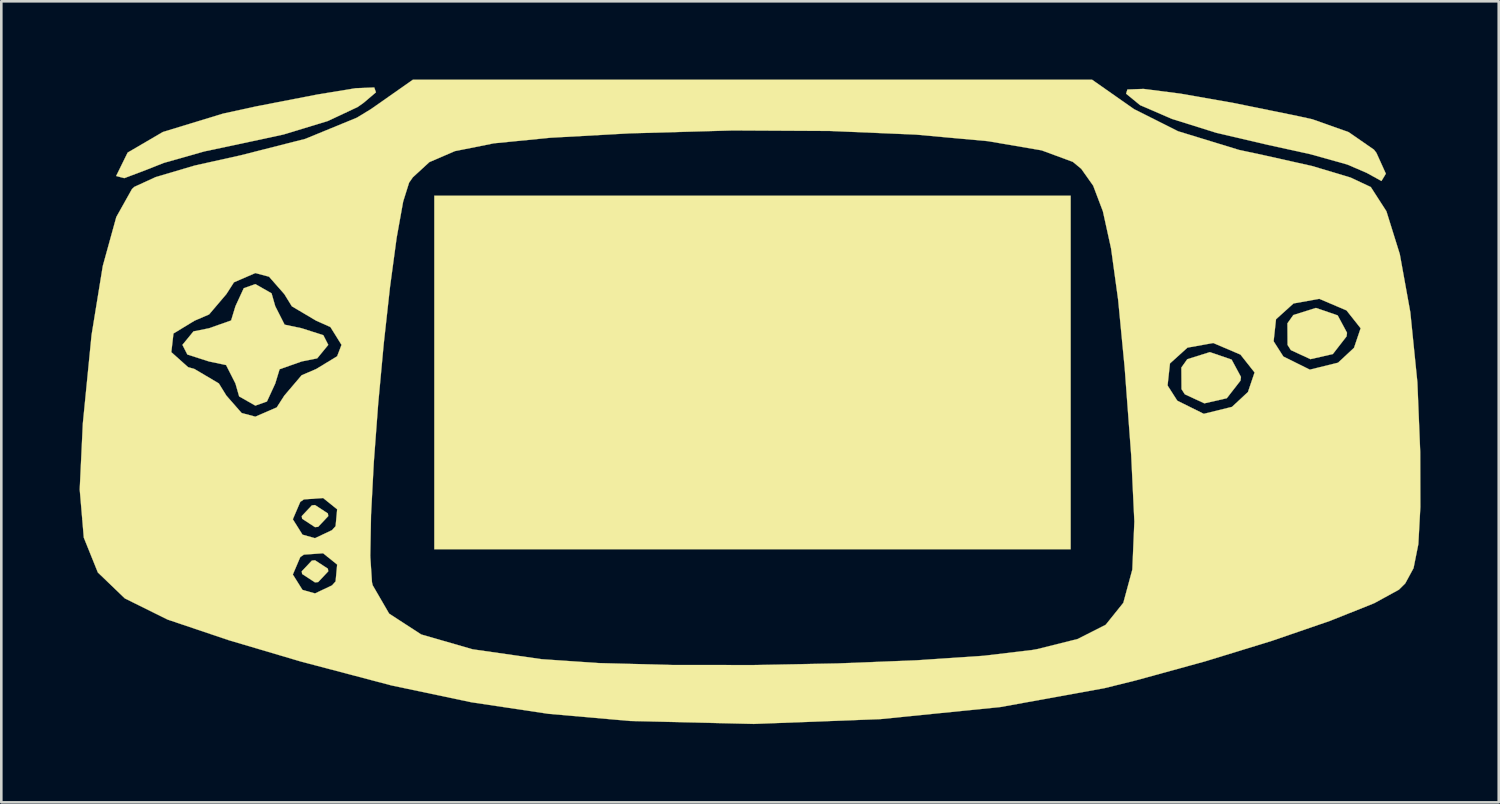
<source format=kicad_pcb>
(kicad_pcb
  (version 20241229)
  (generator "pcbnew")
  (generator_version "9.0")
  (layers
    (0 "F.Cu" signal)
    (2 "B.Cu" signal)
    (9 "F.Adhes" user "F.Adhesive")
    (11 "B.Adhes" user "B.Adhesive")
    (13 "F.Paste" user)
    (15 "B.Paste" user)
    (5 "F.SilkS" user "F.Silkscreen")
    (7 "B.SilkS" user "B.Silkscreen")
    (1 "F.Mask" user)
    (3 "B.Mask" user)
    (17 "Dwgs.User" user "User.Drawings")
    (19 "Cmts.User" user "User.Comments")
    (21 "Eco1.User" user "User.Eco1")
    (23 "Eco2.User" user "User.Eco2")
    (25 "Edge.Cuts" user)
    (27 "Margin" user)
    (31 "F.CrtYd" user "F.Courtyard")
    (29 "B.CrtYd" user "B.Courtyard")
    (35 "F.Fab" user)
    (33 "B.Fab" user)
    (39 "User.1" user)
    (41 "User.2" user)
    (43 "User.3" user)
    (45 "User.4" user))
  (footprint "gba-logo"
    (layer "F.Cu")
    (at 25.785 12.07)
    (property "Reference" "gba-logo" (at 0 0 0) (layer "F.SilkS") (effects (font (size 1.524 1.524) (thickness 0.3))))
    (attr through_hole)
    (fp_poly (pts (xy 12.192 5.927) (xy -12.192 5.927) (xy -12.192 -7.62) (xy 12.192 -7.62) (xy 12.192 5.927)) (stroke (width 0.01) (type solid)) (fill yes) (layer "F.SilkS"))
    (fp_poly (pts (xy -16.271 4.555) (xy -16.256 4.657) (xy -16.643 5.068) (xy -16.764 5.08) (xy -17.257 4.758) (xy -17.272 4.657) (xy -16.885 4.246) (xy -16.764 4.233) (xy -16.271 4.555)) (stroke (width 0.01) (type solid)) (fill yes) (layer "F.SilkS"))
    (fp_poly (pts (xy -16.271 6.672) (xy -16.256 6.773) (xy -16.643 7.184) (xy -16.764 7.197) (xy -17.257 6.875) (xy -17.272 6.773) (xy -16.885 6.362) (xy -16.764 6.35) (xy -16.271 6.672)) (stroke (width 0.01) (type solid)) (fill yes) (layer "F.SilkS"))
    (fp_poly (pts (xy 18.361 -1.34) (xy 18.719 -0.675) (xy 18.701 -0.535) (xy 18.176 0.14) (xy 17.316 0.336) (xy 16.567 -0.011) (xy 16.441 -0.209) (xy 16.435 -1.036) (xy 16.662 -1.355) (xy 17.527 -1.626) (xy 18.361 -1.34)) (stroke (width 0.01) (type solid)) (fill yes) (layer "F.SilkS"))
    (fp_poly (pts (xy 22.425 -3.034) (xy 22.783 -2.368) (xy 22.765 -2.229) (xy 22.24 -1.553) (xy 21.38 -1.357) (xy 20.631 -1.704) (xy 20.505 -1.902) (xy 20.499 -2.729) (xy 20.726 -3.048) (xy 21.591 -3.32) (xy 22.425 -3.034)) (stroke (width 0.01) (type solid)) (fill yes) (layer "F.SilkS"))
    (fp_poly (pts (xy -14.429 -11.582) (xy -14.901 -11.181) (xy -15.129 -11.02) (xy -16.273 -10.483) (xy -17.972 -9.966) (xy -19.193 -9.703) (xy -21.005 -9.318) (xy -22.561 -8.877) (xy -23.241 -8.607) (xy -24.073 -8.294) (xy -24.384 -8.376) (xy -23.943 -9.273) (xy -22.592 -10.063) (xy -20.288 -10.766) (xy -19.023 -11.042) (xy -16.679 -11.497) (xy -15.206 -11.739) (xy -14.494 -11.768) (xy -14.429 -11.582)) (stroke (width 0.01) (type solid)) (fill yes) (layer "F.SilkS"))
    (fp_poly (pts (xy 16.402 -11.531) (xy 18.432 -11.174) (xy 20.898 -10.672) (xy 21.454 -10.55) (xy 22.844 -10.057) (xy 23.815 -9.385) (xy 23.909 -9.263) (xy 24.271 -8.464) (xy 24.102 -8.184) (xy 23.535 -8.497) (xy 22.792 -8.816) (xy 21.374 -9.213) (xy 19.761 -9.567) (xy 17.777 -10.03) (xy 16.073 -10.564) (xy 14.853 -11.091) (xy 14.317 -11.53) (xy 14.367 -11.69) (xy 14.986 -11.713) (xy 16.402 -11.531)) (stroke (width 0.01) (type solid)) (fill yes) (layer "F.SilkS"))
    (fp_poly (pts (xy -18.429 -3.88) (xy -18.288 -3.387) (xy -17.929 -2.679) (xy -17.272 -2.54) (xy -16.445 -2.275) (xy -16.256 -1.905) (xy -16.68 -1.388) (xy -17.272 -1.27) (xy -18.121 -0.971) (xy -18.288 -0.423) (xy -18.606 0.266) (xy -19.05 0.423) (xy -19.671 0.07) (xy -19.812 -0.423) (xy -20.171 -1.131) (xy -20.828 -1.27) (xy -21.655 -1.535) (xy -21.844 -1.905) (xy -21.42 -2.422) (xy -20.828 -2.54) (xy -19.979 -2.839) (xy -19.812 -3.387) (xy -19.494 -4.076) (xy -19.05 -4.233) (xy -18.429 -3.88)) (stroke (width 0.01) (type solid)) (fill yes) (layer "F.SilkS"))
    (fp_poly (pts (xy 14.621 -10.938) (xy 16.307 -10.091) (xy 18.641 -9.376) (xy 19.62 -9.166) (xy 21.444 -8.758) (xy 22.917 -8.317) (xy 23.694 -7.953) (xy 24.292 -7.025) (xy 24.805 -5.383) (xy 25.208 -3.156) (xy 25.479 -0.473) (xy 25.588 2.205) (xy 25.593 4.306) (xy 25.516 5.731) (xy 25.332 6.651) (xy 25.015 7.235) (xy 24.771 7.477) (xy 23.831 7.992) (xy 22.134 8.67) (xy 19.901 9.438) (xy 17.349 10.222) (xy 14.699 10.95) (xy 13.493 11.249) (xy 9.498 11.974) (xy 4.895 12.437) (xy 0.05 12.621) (xy -4.673 12.509) (xy -7.821 12.233) (xy -10.774 11.79) (xy -13.84 11.144) (xy -17.315 10.227) (xy -20.066 9.413) (xy -22.415 8.621) (xy -24.052 7.81) (xy -25.003 6.896) (xy -17.614 6.896) (xy -17.243 7.486) (xy -16.764 7.62) (xy -16.112 7.312) (xy -15.975 7.16) (xy -15.915 6.514) (xy -16.306 6.199) (xy -14.646 6.199) (xy -14.581 7.192) (xy -14.554 7.307) (xy -13.923 8.395) (xy -12.694 9.193) (xy -10.726 9.761) (xy -8.081 10.14) (xy -5.895 10.289) (xy -3.1 10.362) (xy 0.037 10.365) (xy 3.254 10.303) (xy 6.285 10.183) (xy 8.867 10.009) (xy 10.735 9.786) (xy 10.922 9.752) (xy 12.46 9.367) (xy 13.535 8.822) (xy 14.211 7.98) (xy 14.556 6.706) (xy 14.634 4.865) (xy 14.513 2.328) (xy 14.313 -0.348) (xy 15.906 -0.348) (xy 16.279 0.235) (xy 17.294 0.738) (xy 18.374 0.472) (xy 18.987 -0.098) (xy 19.241 -0.847) (xy 18.7 -1.532) (xy 17.657 -1.976) (xy 16.669 -1.799) (xy 15.998 -1.193) (xy 15.906 -0.348) (xy 14.313 -0.348) (xy 14.263 -1.026) (xy 14.165 -2.042) (xy 19.97 -2.042) (xy 20.343 -1.458) (xy 21.358 -0.955) (xy 22.438 -1.221) (xy 23.051 -1.791) (xy 23.305 -2.541) (xy 22.764 -3.225) (xy 21.721 -3.669) (xy 20.733 -3.492) (xy 20.062 -2.886) (xy 19.97 -2.042) (xy 14.165 -2.042) (xy 14.012 -3.635) (xy 13.741 -5.601) (xy 13.428 -7.024) (xy 13.055 -8.007) (xy 12.6 -8.65) (xy 12.278 -8.917) (xy 11.08 -9.359) (xy 9.024 -9.711) (xy 6.264 -9.962) (xy 2.952 -10.102) (xy -0.757 -10.121) (xy -4.709 -10.01) (xy -4.727 -10.009) (xy -7.745 -9.842) (xy -9.915 -9.628) (xy -11.405 -9.329) (xy -12.382 -8.908) (xy -13.013 -8.328) (xy -13.158 -8.122) (xy -13.386 -7.397) (xy -13.636 -6.007) (xy -13.889 -4.132) (xy -14.13 -1.952) (xy -14.343 0.352) (xy -14.511 2.598) (xy -14.617 4.607) (xy -14.646 6.199) (xy -16.306 6.199) (xy -16.453 6.081) (xy -17.19 6.133) (xy -17.329 6.228) (xy -17.614 6.896) (xy -25.003 6.896) (xy -25.085 6.818) (xy -25.624 5.481) (xy -25.683 4.779) (xy -17.614 4.779) (xy -17.243 5.369) (xy -16.764 5.503) (xy -16.112 5.195) (xy -15.975 5.043) (xy -15.915 4.397) (xy -16.453 3.964) (xy -17.19 4.017) (xy -17.329 4.112) (xy -17.614 4.779) (xy -25.683 4.779) (xy -25.78 3.636) (xy -25.661 1.12) (xy -25.659 1.094) (xy -25.391 -1.625) (xy -22.27 -1.625) (xy -21.628 -1.051) (xy -21.383 -0.98) (xy -20.449 -0.427) (xy -20.161 0.039) (xy -19.575 0.707) (xy -19.05 0.847) (xy -18.23 0.492) (xy -17.939 0.039) (xy -17.277 -0.739) (xy -16.717 -0.98) (xy -15.916 -1.467) (xy -15.748 -1.905) (xy -16.173 -2.588) (xy -16.717 -2.83) (xy -17.651 -3.383) (xy -17.939 -3.849) (xy -18.525 -4.517) (xy -19.05 -4.657) (xy -19.87 -4.302) (xy -20.161 -3.849) (xy -20.823 -3.071) (xy -21.383 -2.83) (xy -22.188 -2.34) (xy -22.27 -1.625) (xy -25.391 -1.625) (xy -25.326 -2.284) (xy -24.896 -4.929) (xy -24.378 -6.804) (xy -23.778 -7.875) (xy -23.689 -7.958) (xy -22.868 -8.335) (xy -21.378 -8.775) (xy -19.62 -9.166) (xy -17.136 -9.798) (xy -15.16 -10.61) (xy -14.621 -10.938) (xy -13.013 -12.065) (xy 13.013 -12.065) (xy 14.621 -10.938)) (stroke (width 0.01) (type solid)) (fill yes) (layer "F.SilkS")))
  (gr_rect
    (start -3 -3)
    (end 54.382 27.696)
    (stroke (width 0.1) (type default))
    (fill no)
    (layer "Edge.Cuts")))
</source>
